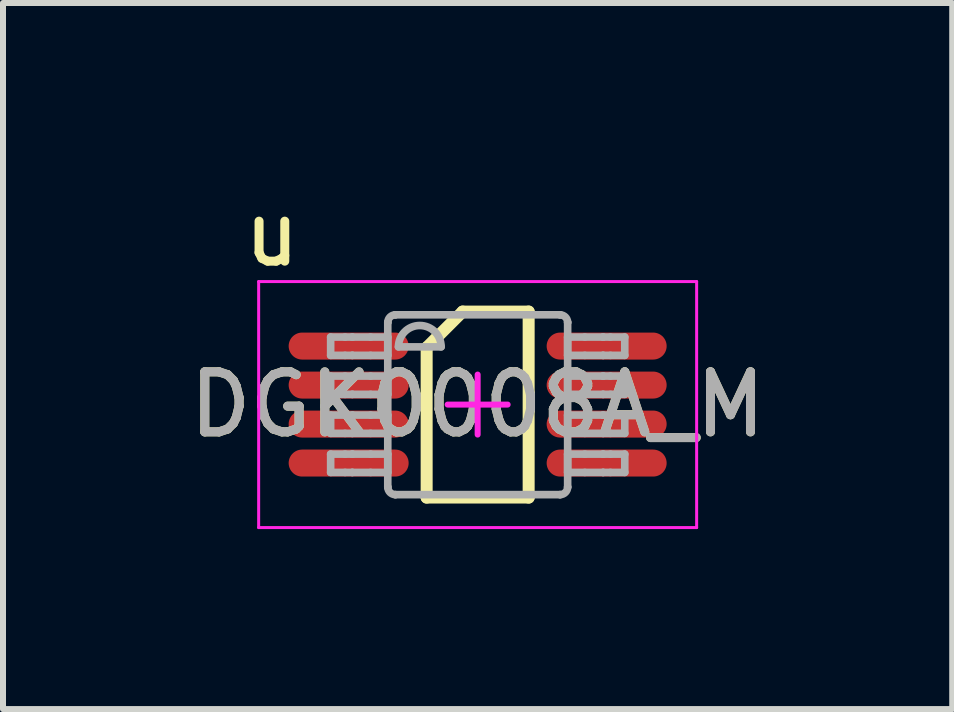
<source format=kicad_pcb>
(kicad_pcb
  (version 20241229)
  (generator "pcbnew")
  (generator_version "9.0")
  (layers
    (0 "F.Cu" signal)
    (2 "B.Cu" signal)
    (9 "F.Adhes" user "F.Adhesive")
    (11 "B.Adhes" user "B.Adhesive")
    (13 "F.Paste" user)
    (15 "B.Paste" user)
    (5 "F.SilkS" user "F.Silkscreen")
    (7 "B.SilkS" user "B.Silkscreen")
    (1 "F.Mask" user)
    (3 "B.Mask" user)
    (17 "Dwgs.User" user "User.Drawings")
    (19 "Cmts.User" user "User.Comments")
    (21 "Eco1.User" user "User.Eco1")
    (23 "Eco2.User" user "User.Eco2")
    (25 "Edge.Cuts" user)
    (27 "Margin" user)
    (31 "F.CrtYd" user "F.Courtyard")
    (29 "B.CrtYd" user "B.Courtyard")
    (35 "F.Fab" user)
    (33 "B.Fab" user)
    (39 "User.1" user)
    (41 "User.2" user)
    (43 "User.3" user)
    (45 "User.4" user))
  (footprint "DGK0008A_M"
    (layer "F.Cu")
    (at 4.911 3.693)
    (property "Reference" "DGK0008A_M" (at 0 0 0) (unlocked yes) (layer "F.SilkS") (effects (font (size 1 1) (thickness 0.15))))
    (attr smd)
    (fp_line (start -0.85 -0.95) (end -0.25 -1.55) (stroke (width 0.2) (type solid)) (layer "F.SilkS"))
    (fp_line (start -0.85 1.55) (end -0.85 -0.95) (stroke (width 0.2) (type solid)) (layer "F.SilkS"))
    (fp_line (start -0.85 1.55) (end 0.85 1.55) (stroke (width 0.2) (type solid)) (layer "F.SilkS"))
    (fp_line (start -0.25 -1.55) (end 0.85 -1.55) (stroke (width 0.2) (type solid)) (layer "F.SilkS"))
    (fp_line (start 0.85 1.55) (end 0.85 -1.55) (stroke (width 0.2) (type solid)) (layer "F.SilkS"))
    (fp_line (start -3.65 -2.05) (end 3.65 -2.05) (stroke (width 0.05) (type solid)) (layer "F.CrtYd"))
    (fp_line (start -3.65 2.05) (end -3.65 -2.05) (stroke (width 0.05) (type solid)) (layer "F.CrtYd"))
    (fp_line (start -3.65 2.05) (end 3.65 2.05) (stroke (width 0.05) (type solid)) (layer "F.CrtYd"))
    (fp_line (start -0.5 -0.000003) (end 0.5 -0.000003) (stroke (width 0.1) (type solid)) (layer "F.CrtYd"))
    (fp_line (start 0.000003 0.5) (end 0.000003 -0.5) (stroke (width 0.1) (type solid)) (layer "F.CrtYd"))
    (fp_line (start 3.65 2.05) (end 3.65 -2.05) (stroke (width 0.05) (type solid)) (layer "F.CrtYd"))
    (fp_line (start -2.45 -1.125) (end -2.21 -1.125) (stroke (width 0.127) (type solid)) (layer "F.Fab"))
    (fp_line (start -2.45 -0.82) (end -2.45 -1.125) (stroke (width 0.127) (type solid)) (layer "F.Fab"))
    (fp_line (start -2.45 -0.82) (end -2.21 -0.82) (stroke (width 0.127) (type solid)) (layer "F.Fab"))
    (fp_line (start -2.45 -0.475) (end -2.21 -0.475) (stroke (width 0.127) (type solid)) (layer "F.Fab"))
    (fp_line (start -2.45 -0.17) (end -2.45 -0.475) (stroke (width 0.127) (type solid)) (layer "F.Fab"))
    (fp_line (start -2.45 -0.17) (end -2.21 -0.17) (stroke (width 0.127) (type solid)) (layer "F.Fab"))
    (fp_line (start -2.45 0.175) (end -2.21 0.175) (stroke (width 0.127) (type solid)) (layer "F.Fab"))
    (fp_line (start -2.45 0.48) (end -2.45 0.175) (stroke (width 0.127) (type solid)) (layer "F.Fab"))
    (fp_line (start -2.45 0.48) (end -2.21 0.48) (stroke (width 0.127) (type solid)) (layer "F.Fab"))
    (fp_line (start -2.45 0.826) (end -2.21 0.826) (stroke (width 0.127) (type solid)) (layer "F.Fab"))
    (fp_line (start -2.45 1.131) (end -2.45 0.826) (stroke (width 0.127) (type solid)) (layer "F.Fab"))
    (fp_line (start -2.45 1.131) (end -2.21 1.131) (stroke (width 0.127) (type solid)) (layer "F.Fab"))
    (fp_line (start -2.21 -1.125) (end -2.091 -1.125) (stroke (width 0.127) (type solid)) (layer "F.Fab"))
    (fp_line (start -2.21 -0.82) (end -2.091 -0.82) (stroke (width 0.127) (type solid)) (layer "F.Fab"))
    (fp_line (start -2.21 -0.475) (end -2.091 -0.475) (stroke (width 0.127) (type solid)) (layer "F.Fab"))
    (fp_line (start -2.21 -0.17) (end -2.091 -0.17) (stroke (width 0.127) (type solid)) (layer "F.Fab"))
    (fp_line (start -2.21 0.175) (end -2.091 0.175) (stroke (width 0.127) (type solid)) (layer "F.Fab"))
    (fp_line (start -2.21 0.48) (end -2.091 0.48) (stroke (width 0.127) (type solid)) (layer "F.Fab"))
    (fp_line (start -2.21 0.826) (end -2.091 0.826) (stroke (width 0.127) (type solid)) (layer "F.Fab"))
    (fp_line (start -2.21 1.131) (end -2.091 1.131) (stroke (width 0.127) (type solid)) (layer "F.Fab"))
    (fp_line (start -2.091 -1.125) (end -2.087 -1.125) (stroke (width 0.127) (type solid)) (layer "F.Fab"))
    (fp_line (start -2.091 -0.82) (end -2.087 -0.82) (stroke (width 0.127) (type solid)) (layer "F.Fab"))
    (fp_line (start -2.091 -0.475) (end -2.087 -0.475) (stroke (width 0.127) (type solid)) (layer "F.Fab"))
    (fp_line (start -2.091 -0.17) (end -2.087 -0.17) (stroke (width 0.127) (type solid)) (layer "F.Fab"))
    (fp_line (start -2.091 0.175) (end -2.087 0.175) (stroke (width 0.127) (type solid)) (layer "F.Fab"))
    (fp_line (start -2.091 0.48) (end -2.087 0.48) (stroke (width 0.127) (type solid)) (layer "F.Fab"))
    (fp_line (start -2.091 0.826) (end -2.087 0.826) (stroke (width 0.127) (type solid)) (layer "F.Fab"))
    (fp_line (start -2.091 1.131) (end -2.087 1.131) (stroke (width 0.127) (type solid)) (layer "F.Fab"))
    (fp_line (start -2.087 -1.125) (end -1.784 -1.125) (stroke (width 0.127) (type solid)) (layer "F.Fab"))
    (fp_line (start -2.087 -0.82) (end -1.784 -0.82) (stroke (width 0.127) (type solid)) (layer "F.Fab"))
    (fp_line (start -2.087 -0.475) (end -1.784 -0.475) (stroke (width 0.127) (type solid)) (layer "F.Fab"))
    (fp_line (start -2.087 -0.17) (end -1.784 -0.17) (stroke (width 0.127) (type solid)) (layer "F.Fab"))
    (fp_line (start -2.087 0.175) (end -1.784 0.175) (stroke (width 0.127) (type solid)) (layer "F.Fab"))
    (fp_line (start -2.087 0.48) (end -1.784 0.48) (stroke (width 0.127) (type solid)) (layer "F.Fab"))
    (fp_line (start -2.087 0.826) (end -1.784 0.826) (stroke (width 0.127) (type solid)) (layer "F.Fab"))
    (fp_line (start -2.087 1.131) (end -1.784 1.131) (stroke (width 0.127) (type solid)) (layer "F.Fab"))
    (fp_line (start -1.784 -1.125) (end -1.498 -1.125) (stroke (width 0.127) (type solid)) (layer "F.Fab"))
    (fp_line (start -1.784 -0.82) (end -1.498 -0.82) (stroke (width 0.127) (type solid)) (layer "F.Fab"))
    (fp_line (start -1.784 -0.475) (end -1.498 -0.475) (stroke (width 0.127) (type solid)) (layer "F.Fab"))
    (fp_line (start -1.784 -0.17) (end -1.498 -0.17) (stroke (width 0.127) (type solid)) (layer "F.Fab"))
    (fp_line (start -1.784 0.175) (end -1.498 0.175) (stroke (width 0.127) (type solid)) (layer "F.Fab"))
    (fp_line (start -1.784 0.48) (end -1.498 0.48) (stroke (width 0.127) (type solid)) (layer "F.Fab"))
    (fp_line (start -1.784 0.826) (end -1.498 0.826) (stroke (width 0.127) (type solid)) (layer "F.Fab"))
    (fp_line (start -1.784 1.131) (end -1.498 1.131) (stroke (width 0.127) (type solid)) (layer "F.Fab"))
    (fp_line (start -1.498 -1.369) (end -1.497 -1.372) (stroke (width 0.127) (type solid)) (layer "F.Fab"))
    (fp_line (start -1.498 -0.82) (end -1.498 -1.125) (stroke (width 0.127) (type solid)) (layer "F.Fab"))
    (fp_line (start -1.498 -0.17) (end -1.498 -0.475) (stroke (width 0.127) (type solid)) (layer "F.Fab"))
    (fp_line (start -1.498 0.48) (end -1.498 0.175) (stroke (width 0.127) (type solid)) (layer "F.Fab"))
    (fp_line (start -1.498 1.131) (end -1.498 0.826) (stroke (width 0.127) (type solid)) (layer "F.Fab"))
    (fp_line (start -1.498 1.374) (end -1.498 -1.369) (stroke (width 0.127) (type solid)) (layer "F.Fab"))
    (fp_line (start -1.498 1.374) (end -1.497 1.377) (stroke (width 0.127) (type solid)) (layer "F.Fab"))
    (fp_line (start -1.373 -1.496) (end -1.371 -1.496) (stroke (width 0.127) (type solid)) (layer "F.Fab"))
    (fp_line (start -1.373 1.501) (end -1.371 1.501) (stroke (width 0.127) (type solid)) (layer "F.Fab"))
    (fp_line (start -1.371 -1.496) (end 1.373 -1.496) (stroke (width 0.127) (type solid)) (layer "F.Fab"))
    (fp_line (start -1.371 1.501) (end 1.373 1.501) (stroke (width 0.127) (type solid)) (layer "F.Fab"))
    (fp_line (start -1.32 -0.962) (end -0.609 -0.962) (stroke (width 0.127) (type solid)) (layer "F.Fab"))
    (fp_line (start 1.373 -1.496) (end 1.375 -1.496) (stroke (width 0.127) (type solid)) (layer "F.Fab"))
    (fp_line (start 1.373 1.501) (end 1.375 1.501) (stroke (width 0.127) (type solid)) (layer "F.Fab"))
    (fp_line (start 1.5 -1.372) (end 1.5 -1.369) (stroke (width 0.127) (type solid)) (layer "F.Fab"))
    (fp_line (start 1.5 1.377) (end 1.5 1.374) (stroke (width 0.127) (type solid)) (layer "F.Fab"))
    (fp_line (start 1.5 -1.125) (end 1.786 -1.125) (stroke (width 0.127) (type solid)) (layer "F.Fab"))
    (fp_line (start 1.5 -0.82) (end 1.5 -1.125) (stroke (width 0.127) (type solid)) (layer "F.Fab"))
    (fp_line (start 1.5 -0.82) (end 1.786 -0.82) (stroke (width 0.127) (type solid)) (layer "F.Fab"))
    (fp_line (start 1.5 -0.475) (end 1.786 -0.475) (stroke (width 0.127) (type solid)) (layer "F.Fab"))
    (fp_line (start 1.5 -0.17) (end 1.5 -0.475) (stroke (width 0.127) (type solid)) (layer "F.Fab"))
    (fp_line (start 1.5 -0.17) (end 1.786 -0.17) (stroke (width 0.127) (type solid)) (layer "F.Fab"))
    (fp_line (start 1.5 0.175) (end 1.786 0.175) (stroke (width 0.127) (type solid)) (layer "F.Fab"))
    (fp_line (start 1.5 0.48) (end 1.5 0.175) (stroke (width 0.127) (type solid)) (layer "F.Fab"))
    (fp_line (start 1.5 0.48) (end 1.786 0.48) (stroke (width 0.127) (type solid)) (layer "F.Fab"))
    (fp_line (start 1.5 0.826) (end 1.786 0.826) (stroke (width 0.127) (type solid)) (layer "F.Fab"))
    (fp_line (start 1.5 1.131) (end 1.5 0.826) (stroke (width 0.127) (type solid)) (layer "F.Fab"))
    (fp_line (start 1.5 1.131) (end 1.786 1.131) (stroke (width 0.127) (type solid)) (layer "F.Fab"))
    (fp_line (start 1.5 1.374) (end 1.5 -1.369) (stroke (width 0.127) (type solid)) (layer "F.Fab"))
    (fp_line (start 1.786 -1.125) (end 2.089 -1.125) (stroke (width 0.127) (type solid)) (layer "F.Fab"))
    (fp_line (start 1.786 -0.82) (end 2.089 -0.82) (stroke (width 0.127) (type solid)) (layer "F.Fab"))
    (fp_line (start 1.786 -0.475) (end 2.089 -0.475) (stroke (width 0.127) (type solid)) (layer "F.Fab"))
    (fp_line (start 1.786 -0.17) (end 2.089 -0.17) (stroke (width 0.127) (type solid)) (layer "F.Fab"))
    (fp_line (start 1.786 0.175) (end 2.089 0.175) (stroke (width 0.127) (type solid)) (layer "F.Fab"))
    (fp_line (start 1.786 0.48) (end 2.089 0.48) (stroke (width 0.127) (type solid)) (layer "F.Fab"))
    (fp_line (start 1.786 0.826) (end 2.089 0.826) (stroke (width 0.127) (type solid)) (layer "F.Fab"))
    (fp_line (start 1.786 1.131) (end 2.089 1.131) (stroke (width 0.127) (type solid)) (layer "F.Fab"))
    (fp_line (start 2.089 -1.125) (end 2.093 -1.125) (stroke (width 0.127) (type solid)) (layer "F.Fab"))
    (fp_line (start 2.089 -0.82) (end 2.093 -0.82) (stroke (width 0.127) (type solid)) (layer "F.Fab"))
    (fp_line (start 2.089 -0.475) (end 2.093 -0.475) (stroke (width 0.127) (type solid)) (layer "F.Fab"))
    (fp_line (start 2.089 -0.17) (end 2.093 -0.17) (stroke (width 0.127) (type solid)) (layer "F.Fab"))
    (fp_line (start 2.089 0.175) (end 2.093 0.175) (stroke (width 0.127) (type solid)) (layer "F.Fab"))
    (fp_line (start 2.089 0.48) (end 2.093 0.48) (stroke (width 0.127) (type solid)) (layer "F.Fab"))
    (fp_line (start 2.089 0.826) (end 2.093 0.826) (stroke (width 0.127) (type solid)) (layer "F.Fab"))
    (fp_line (start 2.089 1.131) (end 2.093 1.131) (stroke (width 0.127) (type solid)) (layer "F.Fab"))
    (fp_line (start 2.093 -1.125) (end 2.213 -1.125) (stroke (width 0.127) (type solid)) (layer "F.Fab"))
    (fp_line (start 2.093 -0.82) (end 2.213 -0.82) (stroke (width 0.127) (type solid)) (layer "F.Fab"))
    (fp_line (start 2.093 -0.475) (end 2.213 -0.475) (stroke (width 0.127) (type solid)) (layer "F.Fab"))
    (fp_line (start 2.093 -0.17) (end 2.213 -0.17) (stroke (width 0.127) (type solid)) (layer "F.Fab"))
    (fp_line (start 2.093 0.175) (end 2.213 0.175) (stroke (width 0.127) (type solid)) (layer "F.Fab"))
    (fp_line (start 2.093 0.48) (end 2.213 0.48) (stroke (width 0.127) (type solid)) (layer "F.Fab"))
    (fp_line (start 2.093 0.826) (end 2.213 0.826) (stroke (width 0.127) (type solid)) (layer "F.Fab"))
    (fp_line (start 2.093 1.131) (end 2.213 1.131) (stroke (width 0.127) (type solid)) (layer "F.Fab"))
    (fp_line (start 2.213 -1.125) (end 2.452 -1.125) (stroke (width 0.127) (type solid)) (layer "F.Fab"))
    (fp_line (start 2.213 -0.82) (end 2.452 -0.82) (stroke (width 0.127) (type solid)) (layer "F.Fab"))
    (fp_line (start 2.213 -0.475) (end 2.452 -0.475) (stroke (width 0.127) (type solid)) (layer "F.Fab"))
    (fp_line (start 2.213 -0.17) (end 2.452 -0.17) (stroke (width 0.127) (type solid)) (layer "F.Fab"))
    (fp_line (start 2.213 0.175) (end 2.452 0.175) (stroke (width 0.127) (type solid)) (layer "F.Fab"))
    (fp_line (start 2.213 0.48) (end 2.452 0.48) (stroke (width 0.127) (type solid)) (layer "F.Fab"))
    (fp_line (start 2.213 0.826) (end 2.452 0.826) (stroke (width 0.127) (type solid)) (layer "F.Fab"))
    (fp_line (start 2.213 1.131) (end 2.452 1.131) (stroke (width 0.127) (type solid)) (layer "F.Fab"))
    (fp_line (start 2.452 -0.82) (end 2.452 -1.125) (stroke (width 0.127) (type solid)) (layer "F.Fab"))
    (fp_line (start 2.452 -0.17) (end 2.452 -0.475) (stroke (width 0.127) (type solid)) (layer "F.Fab"))
    (fp_line (start 2.452 0.48) (end 2.452 0.175) (stroke (width 0.127) (type solid)) (layer "F.Fab"))
    (fp_line (start 2.452 1.131) (end 2.452 0.826) (stroke (width 0.127) (type solid)) (layer "F.Fab"))
    (fp_arc (start -1.497476 -1.371582) (mid -1.460306 -1.458644) (end -1.373243 -1.495814) (stroke (width 0.127) (type solid)) (layer "F.Fab"))
    (fp_arc (start -1.373243 1.501336) (mid -1.460306 1.464166) (end -1.497476 1.377104) (stroke (width 0.127) (type solid)) (layer "F.Fab"))
    (fp_arc (start -1.3197 -0.962439) (mid -0.9641 -1.318039) (end -0.6085 -0.962439) (stroke (width 0.127) (type solid)) (layer "F.Fab"))
    (fp_arc (start 1.375443 -1.495814) (mid 1.462505 -1.458644) (end 1.499675 -1.371582) (stroke (width 0.127) (type solid)) (layer "F.Fab"))
    (fp_arc (start 1.499675 1.377104) (mid 1.462505 1.464166) (end 1.375443 1.501336) (stroke (width 0.127) (type solid)) (layer "F.Fab"))
    (fp_text user "u" (at -3.429 -2.845 0) (unlocked yes) (layer "F.SilkS") (effects (font (size 1 1) (thickness 0.15))))
    (fp_text user "${REFERENCE}" (at 0 0 0) (unlocked yes) (layer "F.Fab") (effects (font (size 1 1) (thickness 0.15))))
    (pad "1" smd oval (at -2.15 -0.975 90) (size 0.45 2) (layers "F.Cu" "F.Mask" "F.Paste"))
    (pad "2" smd oval (at -2.15 -0.325 90) (size 0.45 2) (layers "F.Cu" "F.Mask" "F.Paste"))
    (pad "3" smd oval (at -2.15 0.325 90) (size 0.45 2) (layers "F.Cu" "F.Mask" "F.Paste"))
    (pad "4" smd oval (at -2.15 0.975 90) (size 0.45 2) (layers "F.Cu" "F.Mask" "F.Paste"))
    (pad "5" smd oval (at 2.15 0.975 90) (size 0.45 2) (layers "F.Cu" "F.Mask" "F.Paste"))
    (pad "6" smd oval (at 2.15 0.325 90) (size 0.45 2) (layers "F.Cu" "F.Mask" "F.Paste"))
    (pad "7" smd oval (at 2.15 -0.325 90) (size 0.45 2) (layers "F.Cu" "F.Mask" "F.Paste"))
    (pad "8" smd oval (at 2.15 -0.975 90) (size 0.45 2) (layers "F.Cu" "F.Mask" "F.Paste")))
  (gr_rect
    (start -3 -3)
    (end 12.821 8.768)
    (stroke (width 0.1) (type default))
    (fill no)
    (layer "Edge.Cuts")))
</source>
